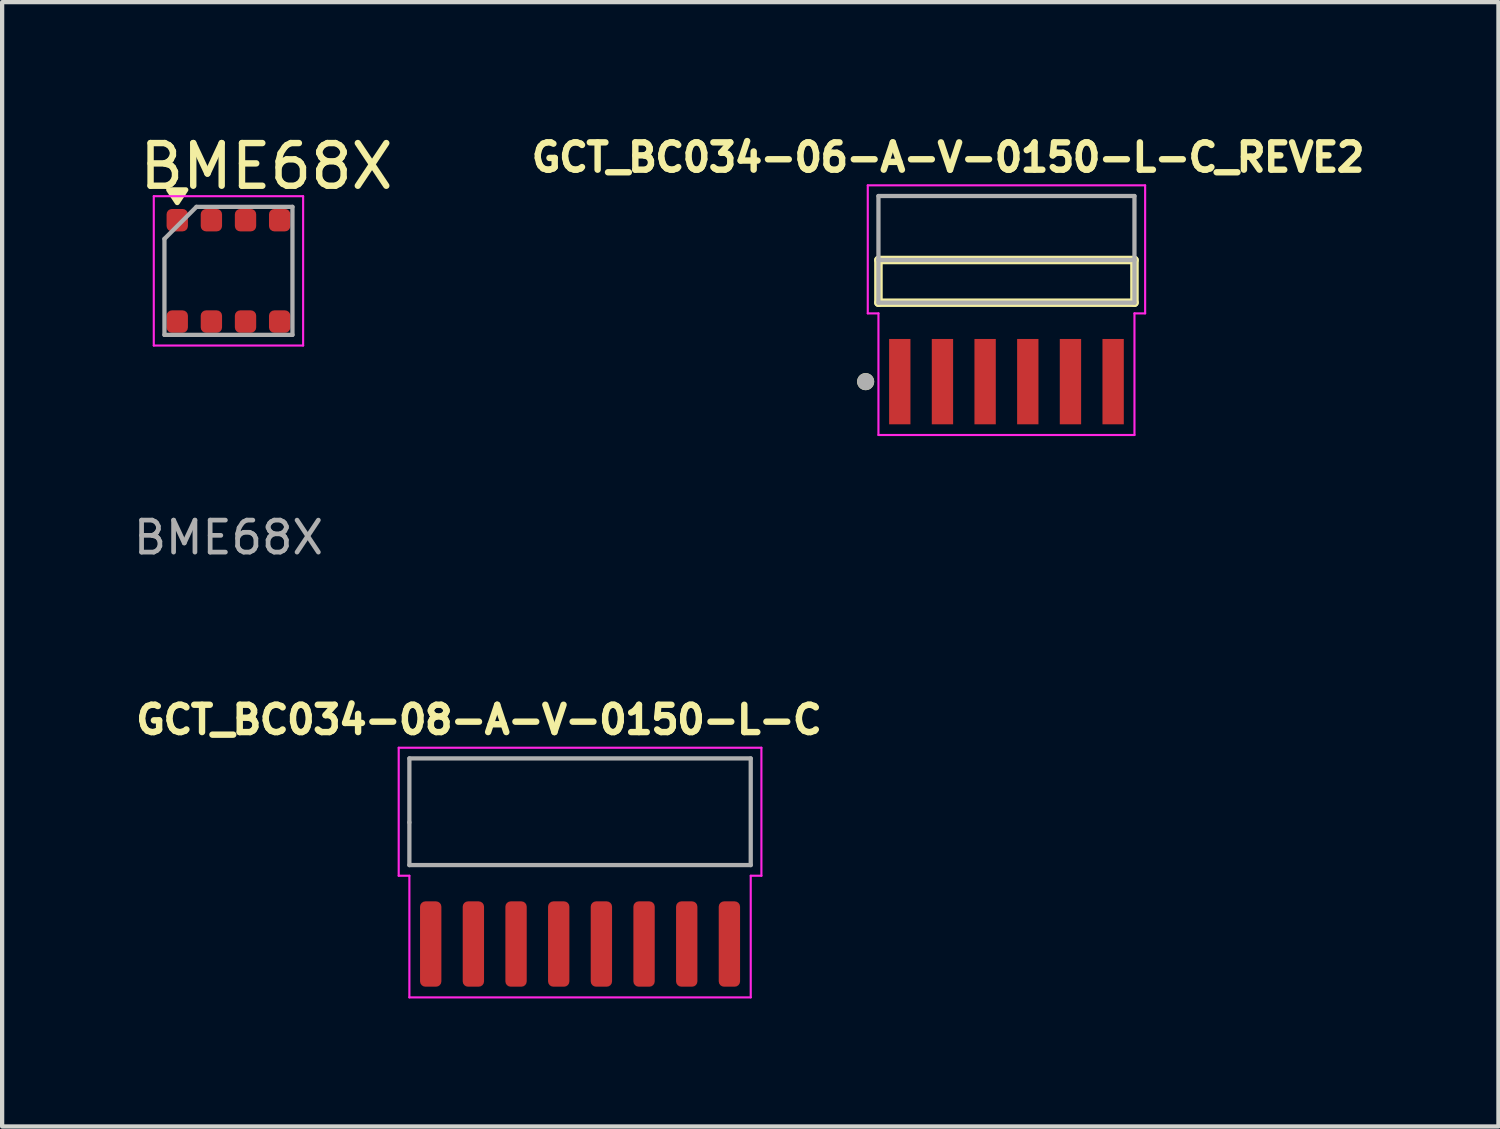
<source format=kicad_pcb>
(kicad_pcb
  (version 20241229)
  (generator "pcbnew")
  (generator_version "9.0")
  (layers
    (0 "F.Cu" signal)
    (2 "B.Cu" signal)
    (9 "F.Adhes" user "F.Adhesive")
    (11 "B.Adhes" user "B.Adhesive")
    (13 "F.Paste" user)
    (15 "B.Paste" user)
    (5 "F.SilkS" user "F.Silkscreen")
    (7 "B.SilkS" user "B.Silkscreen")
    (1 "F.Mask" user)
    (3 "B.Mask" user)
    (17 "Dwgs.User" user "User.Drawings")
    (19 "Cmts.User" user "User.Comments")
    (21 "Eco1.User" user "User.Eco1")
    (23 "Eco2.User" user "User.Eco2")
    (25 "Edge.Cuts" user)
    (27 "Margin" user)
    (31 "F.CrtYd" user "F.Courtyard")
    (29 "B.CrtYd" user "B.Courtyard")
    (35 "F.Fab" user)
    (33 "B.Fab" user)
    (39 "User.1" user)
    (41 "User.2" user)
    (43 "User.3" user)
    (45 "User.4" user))
  (footprint "GCT_BC034-06-A-V-0150-L-C_REVE2"
    (layer "F.Cu")
    (at 20.537 3.544)
    (property "Reference" "GCT_BC034-06-A-V-0150-L-C_REVE2" (at -1.368 -2.906 0) (layer "F.SilkS") (effects (font (size 0.64 0.64) (thickness 0.15))))
    (attr smd)
    (fp_line (start -3 -0.5) (end 3 -0.5) (stroke (width 0.2) (type solid)) (layer "F.SilkS"))
    (fp_line (start -3 0.5) (end -3 -0.5) (stroke (width 0.2) (type solid)) (layer "F.SilkS"))
    (fp_line (start 3 -0.5) (end 3 0.5) (stroke (width 0.2) (type solid)) (layer "F.SilkS"))
    (fp_line (start 3 0.5) (end -3 0.5) (stroke (width 0.2) (type solid)) (layer "F.SilkS"))
    (fp_circle (center -3.3 2.35) (end -3.2 2.35) (stroke (width 0.2) (type solid)) (fill no) (layer "F.SilkS"))
    (fp_line (start -3.25 -2.25) (end -3.25 0.75) (stroke (width 0.05) (type solid)) (layer "F.CrtYd"))
    (fp_line (start -3.25 0.75) (end -3 0.75) (stroke (width 0.05) (type solid)) (layer "F.CrtYd"))
    (fp_line (start -3 0.75) (end -3 3.6) (stroke (width 0.05) (type solid)) (layer "F.CrtYd"))
    (fp_line (start -3 3.6) (end 3 3.6) (stroke (width 0.05) (type solid)) (layer "F.CrtYd"))
    (fp_line (start 3 0.75) (end 3.25 0.75) (stroke (width 0.05) (type solid)) (layer "F.CrtYd"))
    (fp_line (start 3 3.6) (end 3 0.75) (stroke (width 0.05) (type solid)) (layer "F.CrtYd"))
    (fp_line (start 3.25 -2.25) (end -3.25 -2.25) (stroke (width 0.05) (type solid)) (layer "F.CrtYd"))
    (fp_line (start 3.25 0.75) (end 3.25 -2.25) (stroke (width 0.05) (type solid)) (layer "F.CrtYd"))
    (fp_line (start -3 -2) (end 3 -2) (stroke (width 0.1) (type solid)) (layer "F.Fab"))
    (fp_line (start -3 -0.5) (end -3 -2) (stroke (width 0.1) (type solid)) (layer "F.Fab"))
    (fp_line (start -3 -0.5) (end 3 -0.5) (stroke (width 0.1) (type solid)) (layer "F.Fab"))
    (fp_line (start -3 0.5) (end -3 -0.5) (stroke (width 0.1) (type solid)) (layer "F.Fab"))
    (fp_line (start 3 -2) (end 3 -0.5) (stroke (width 0.1) (type solid)) (layer "F.Fab"))
    (fp_line (start 3 -0.5) (end 3 0.5) (stroke (width 0.1) (type solid)) (layer "F.Fab"))
    (fp_line (start 3 0.5) (end -3 0.5) (stroke (width 0.1) (type solid)) (layer "F.Fab"))
    (fp_circle (center -3.3 2.35) (end -3.2 2.35) (stroke (width 0.2) (type solid)) (fill no) (layer "F.Fab"))
    (pad "1" smd rect (at -2.5 2.35) (size 0.5 2) (layers "F.Cu" "F.Mask" "F.Paste"))
    (pad "2" smd rect (at -1.5 2.35) (size 0.5 2) (layers "F.Cu" "F.Mask" "F.Paste"))
    (pad "3" smd rect (at -0.5 2.35) (size 0.5 2) (layers "F.Cu" "F.Mask" "F.Paste"))
    (pad "4" smd rect (at 0.5 2.35) (size 0.5 2) (layers "F.Cu" "F.Mask" "F.Paste"))
    (pad "5" smd rect (at 1.5 2.35) (size 0.5 2) (layers "F.Cu" "F.Mask" "F.Paste"))
    (pad "6" smd rect (at 2.5 2.35) (size 0.5 2) (layers "F.Cu" "F.Mask" "F.Paste")))
  (footprint "GCT_BC034-08-A-V-0150-L-C"
    (layer "F.Cu")
    (at 10.544 19.074)
    (property "Reference" "GCT_BC034-08-A-V-0150-L-C" (at -2.368 -5.256 0) (layer "F.SilkS") (effects (font (size 0.64 0.64) (thickness 0.15))))
    (attr smd)
    (fp_line (start -4.25 -4.6) (end -4.25 -1.6) (stroke (width 0.05) (type solid)) (layer "F.CrtYd"))
    (fp_line (start -4.25 -1.6) (end -4 -1.6) (stroke (width 0.05) (type solid)) (layer "F.CrtYd"))
    (fp_line (start -4 -1.6) (end -4 1.25) (stroke (width 0.05) (type solid)) (layer "F.CrtYd"))
    (fp_line (start -4 1.25) (end 4 1.25) (stroke (width 0.05) (type solid)) (layer "F.CrtYd"))
    (fp_line (start 4 -1.6) (end 4.25 -1.6) (stroke (width 0.05) (type solid)) (layer "F.CrtYd"))
    (fp_line (start 4 1.25) (end 4 -1.6) (stroke (width 0.05) (type solid)) (layer "F.CrtYd"))
    (fp_line (start 4.25 -4.6) (end -4.25 -4.6) (stroke (width 0.05) (type solid)) (layer "F.CrtYd"))
    (fp_line (start 4.25 -1.6) (end 4.25 -4.6) (stroke (width 0.05) (type solid)) (layer "F.CrtYd"))
    (fp_line (start -4 -4.35) (end 4 -4.35) (stroke (width 0.1) (type solid)) (layer "F.Fab"))
    (fp_line (start -4 -2.85) (end -4 -4.35) (stroke (width 0.1) (type solid)) (layer "F.Fab"))
    (fp_line (start -4 -1.85) (end -4 -2.85) (stroke (width 0.1) (type solid)) (layer "F.Fab"))
    (fp_line (start 4 -4.35) (end 4 -1.85) (stroke (width 0.1) (type solid)) (layer "F.Fab"))
    (fp_line (start 4 -1.85) (end -4 -1.85) (stroke (width 0.1) (type solid)) (layer "F.Fab"))
    (pad "1" smd roundrect (at -3.5 0) (size 0.5 2) (layers "F.Cu" "F.Mask" "F.Paste") (roundrect_rratio 0.25))
    (pad "2" smd roundrect (at -2.5 0) (size 0.5 2) (layers "F.Cu" "F.Mask" "F.Paste") (roundrect_rratio 0.25))
    (pad "3" smd roundrect (at -1.5 0) (size 0.5 2) (layers "F.Cu" "F.Mask" "F.Paste") (roundrect_rratio 0.25))
    (pad "4" smd roundrect (at -0.5 0) (size 0.5 2) (layers "F.Cu" "F.Mask" "F.Paste") (roundrect_rratio 0.25))
    (pad "5" smd roundrect (at 0.5 0) (size 0.5 2) (layers "F.Cu" "F.Mask" "F.Paste") (roundrect_rratio 0.25))
    (pad "6" smd roundrect (at 1.5 0) (size 0.5 2) (layers "F.Cu" "F.Mask" "F.Paste") (roundrect_rratio 0.25))
    (pad "7" smd roundrect (at 2.5 0) (size 0.5 2) (layers "F.Cu" "F.Mask" "F.Paste") (roundrect_rratio 0.25))
    (pad "8" smd roundrect (at 3.5 0) (size 0.5 2) (layers "F.Cu" "F.Mask" "F.Paste") (roundrect_rratio 0.25)))
  (footprint "BME68X"
    (layer "F.Cu")
    (at 2.304 3.298)
    (property "Reference" "BME68X" (at 0.889 -2.45 0) (layer "F.SilkS") (effects (font (size 1 1) (thickness 0.15))))
    (attr smd)
    (fp_poly (pts (xy -1.4 -1.9) (xy -1 -1.9) (xy -1.2 -1.6)) (stroke (width 0.12) (type solid)) (fill yes) (layer "F.SilkS"))
    (fp_line (start -1.75 -1.75) (end -1.75 1.75) (stroke (width 0.05) (type solid)) (layer "F.CrtYd"))
    (fp_line (start -1.75 1.75) (end 1.75 1.75) (stroke (width 0.05) (type solid)) (layer "F.CrtYd"))
    (fp_line (start 1.75 -1.75) (end -1.75 -1.75) (stroke (width 0.05) (type solid)) (layer "F.CrtYd"))
    (fp_line (start 1.75 1.75) (end 1.75 -1.75) (stroke (width 0.05) (type solid)) (layer "F.CrtYd"))
    (fp_line (start -1.5 -0.75) (end -0.75 -1.5) (stroke (width 0.1) (type solid)) (layer "F.Fab"))
    (fp_line (start -1.5 1.5) (end -1.5 -0.75) (stroke (width 0.1) (type solid)) (layer "F.Fab"))
    (fp_line (start -0.75 -1.5) (end 1.5 -1.5) (stroke (width 0.1) (type solid)) (layer "F.Fab"))
    (fp_line (start 1.5 -1.5) (end 1.5 1.5) (stroke (width 0.1) (type solid)) (layer "F.Fab"))
    (fp_line (start 1.5 1.5) (end -1.5 1.5) (stroke (width 0.1) (type solid)) (layer "F.Fab"))
    (fp_text user "${REFERENCE}" (at 0 6.25 0) (layer "F.Fab") (effects (font (size 0.75 0.75) (thickness 0.11))))
    (pad "1" smd roundrect (at -1.2 -1.188) (size 0.5 0.525) (layers "F.Cu" "F.Mask" "F.Paste") (roundrect_rratio 0.25))
    (pad "2" smd roundrect (at -0.4 -1.188) (size 0.5 0.525) (layers "F.Cu" "F.Mask" "F.Paste") (roundrect_rratio 0.25))
    (pad "3" smd roundrect (at 0.4 -1.188) (size 0.5 0.525) (layers "F.Cu" "F.Mask" "F.Paste") (roundrect_rratio 0.25))
    (pad "4" smd roundrect (at 1.2 -1.188) (size 0.5 0.525) (layers "F.Cu" "F.Mask" "F.Paste") (roundrect_rratio 0.25))
    (pad "5" smd roundrect (at 1.2 1.188) (size 0.5 0.525) (layers "F.Cu" "F.Mask" "F.Paste") (roundrect_rratio 0.25))
    (pad "6" smd roundrect (at 0.4 1.188) (size 0.5 0.525) (layers "F.Cu" "F.Mask" "F.Paste") (roundrect_rratio 0.25))
    (pad "7" smd roundrect (at -0.4 1.188) (size 0.5 0.525) (layers "F.Cu" "F.Mask" "F.Paste") (roundrect_rratio 0.25))
    (pad "8" smd roundrect (at -1.2 1.188) (size 0.5 0.525) (layers "F.Cu" "F.Mask" "F.Paste") (roundrect_rratio 0.25)))
  (gr_rect
    (start -3 -3)
    (end 32.067 23.349)
    (stroke (width 0.1) (type default))
    (fill no)
    (layer "Edge.Cuts")))
</source>
